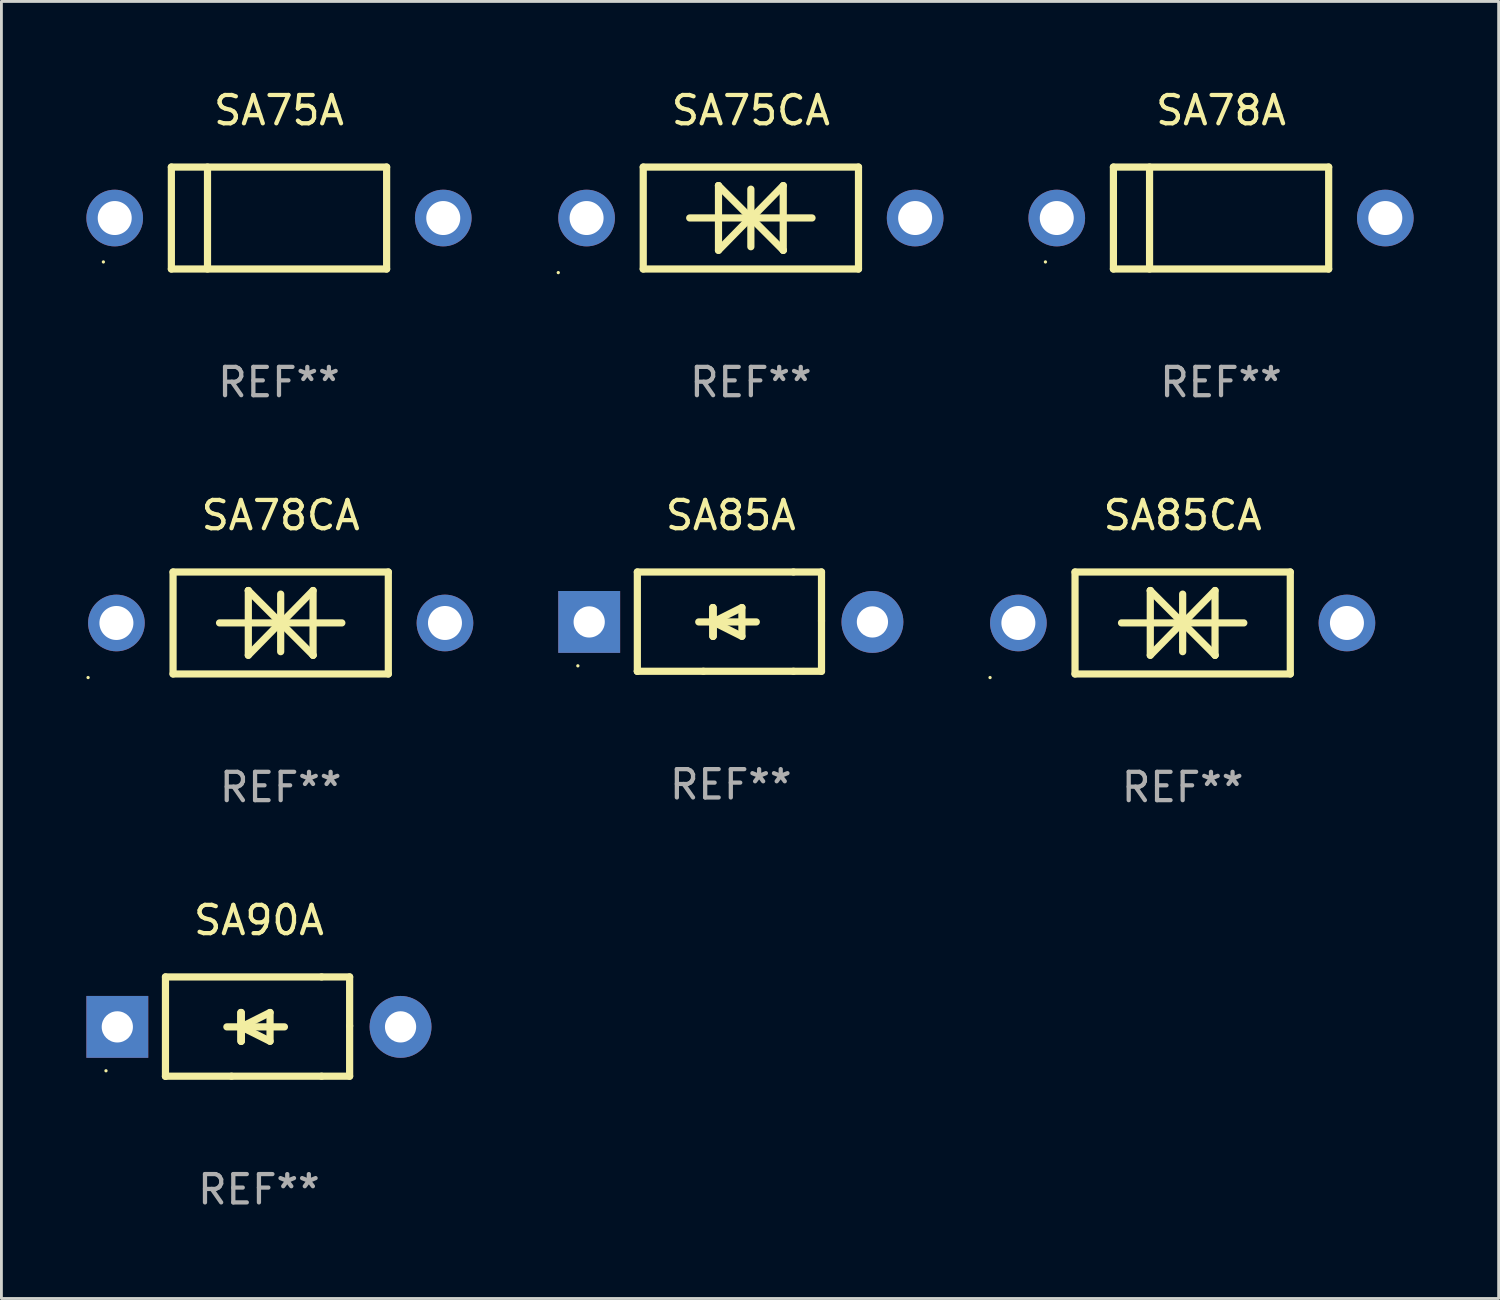
<source format=kicad_pcb>
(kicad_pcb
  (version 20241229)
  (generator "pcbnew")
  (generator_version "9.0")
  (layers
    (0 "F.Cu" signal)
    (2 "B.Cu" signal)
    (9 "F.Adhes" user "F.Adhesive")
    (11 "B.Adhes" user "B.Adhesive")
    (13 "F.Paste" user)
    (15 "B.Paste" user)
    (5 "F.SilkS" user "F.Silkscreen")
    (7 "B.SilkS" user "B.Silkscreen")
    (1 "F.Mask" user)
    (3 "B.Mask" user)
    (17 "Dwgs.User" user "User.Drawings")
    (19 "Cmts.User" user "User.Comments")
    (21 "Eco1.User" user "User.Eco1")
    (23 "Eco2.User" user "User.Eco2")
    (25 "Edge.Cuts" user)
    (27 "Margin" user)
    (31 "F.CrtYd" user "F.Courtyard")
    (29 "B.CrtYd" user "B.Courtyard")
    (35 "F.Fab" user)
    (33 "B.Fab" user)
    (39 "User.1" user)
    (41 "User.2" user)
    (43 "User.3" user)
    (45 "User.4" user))
  (footprint "SA78CA"
    (layer "F.Cu")
    (at 6.86 18.945)
    (property "Reference" "SA78CA" (at 0 -3.8 0) (layer "F.SilkS") (effects (font (size 1 1) (thickness 0.15))))
    (attr through_hole)
    (fp_line (start -3.8 -1.8) (end -3.8 1.8) (stroke (width 0.254) (type solid)) (layer "F.SilkS"))
    (fp_line (start -3.8 -1.8) (end 3.8 -1.8) (stroke (width 0.254) (type solid)) (layer "F.SilkS"))
    (fp_line (start -3.8 1.8) (end 3.8 1.8) (stroke (width 0.254) (type solid)) (layer "F.SilkS"))
    (fp_line (start -2.159 -0.003) (end 2.159 -0.003) (stroke (width 0.254) (type solid)) (layer "F.SilkS"))
    (fp_line (start -1.143 -1.146) (end -1.143 1.14) (stroke (width 0.254) (type solid)) (layer "F.SilkS"))
    (fp_line (start -1.143 -1.143) (end -1.143 -1.146) (stroke (width 0.254) (type solid)) (layer "F.SilkS"))
    (fp_line (start 0 -1.019) (end 0 1.013) (stroke (width 0.254) (type solid)) (layer "F.SilkS"))
    (fp_line (start 0 -0.026) (end -1.143 1.14) (stroke (width 0.254) (type solid)) (layer "F.SilkS"))
    (fp_line (start 0 -0.006) (end 1.143 1.137) (stroke (width 0.254) (type solid)) (layer "F.SilkS"))
    (fp_line (start 0 0) (end -1.143 -1.143) (stroke (width 0.254) (type solid)) (layer "F.SilkS"))
    (fp_line (start 0 0.02) (end 1.143 -1.146) (stroke (width 0.254) (type solid)) (layer "F.SilkS"))
    (fp_line (start 1.143 1.137) (end 1.143 1.14) (stroke (width 0.254) (type solid)) (layer "F.SilkS"))
    (fp_line (start 1.143 1.14) (end 1.143 -1.146) (stroke (width 0.254) (type solid)) (layer "F.SilkS"))
    (fp_line (start 3.8 -1.8) (end 3.8 1.8) (stroke (width 0.254) (type solid)) (layer "F.SilkS"))
    (fp_circle (center -6.8 1.927) (end -6.77 1.927) (stroke (width 0.06) (type solid)) (fill no) (layer "F.SilkS"))
    (fp_text user "REF**" (at 0 5.8 0) (layer "F.Fab") (effects (font (size 1 1) (thickness 0.15))))
    (pad "1" thru_hole circle (at -5.8 0) (size 2 2) (drill 1.2) (layers "*.Cu" "*.Mask"))
    (pad "2" thru_hole circle (at 5.8 0) (size 2 2) (drill 1.2) (layers "*.Cu" "*.Mask")))
  (footprint "SA90A"
    (layer "F.Cu")
    (at 6.092 33.194)
    (property "Reference" "SA90A" (at 0 -3.753 0) (layer "F.SilkS") (effects (font (size 1 1) (thickness 0.15))))
    (attr through_hole)
    (fp_line (start -3.3 -1.753) (end 2.212 -1.753) (stroke (width 0.254) (type solid)) (layer "F.SilkS"))
    (fp_line (start -3.3 1.753) (end -3.3 -1.753) (stroke (width 0.254) (type solid)) (layer "F.SilkS"))
    (fp_line (start -3.3 1.753) (end -3.3 1.753) (stroke (width 0.254) (type solid)) (layer "F.SilkS"))
    (fp_line (start -0.968 1.753) (end -3.3 1.753) (stroke (width 0.254) (type solid)) (layer "F.SilkS"))
    (fp_line (start -0.636 -0.497) (end -0.636 0.519) (stroke (width 0.254) (type solid)) (layer "F.SilkS"))
    (fp_line (start -0.636 0.011) (end -0.636 -0.497) (stroke (width 0.254) (type solid)) (layer "F.SilkS"))
    (fp_line (start -0.624 0.011) (end -0.624 0.519) (stroke (width 0.254) (type solid)) (layer "F.SilkS"))
    (fp_line (start -0.624 0.011) (end 0.392 0.519) (stroke (width 0.254) (type solid)) (layer "F.SilkS"))
    (fp_line (start -0.624 0.519) (end -0.624 -0.497) (stroke (width 0.254) (type solid)) (layer "F.SilkS"))
    (fp_line (start 0.392 -0.497) (end -0.624 0.011) (stroke (width 0.254) (type solid)) (layer "F.SilkS"))
    (fp_line (start 0.392 0.519) (end 0.392 -0.497) (stroke (width 0.254) (type solid)) (layer "F.SilkS"))
    (fp_line (start 0.9 0.011) (end -1.132 0.011) (stroke (width 0.254) (type solid)) (layer "F.SilkS"))
    (fp_line (start 2.212 -1.753) (end 3.202 -1.753) (stroke (width 0.254) (type solid)) (layer "F.SilkS"))
    (fp_line (start 2.212 1.753) (end -0.968 1.753) (stroke (width 0.254) (type solid)) (layer "F.SilkS"))
    (fp_line (start 3.202 -1.753) (end 3.202 -0.025) (stroke (width 0.254) (type solid)) (layer "F.SilkS"))
    (fp_line (start 3.202 -0.025) (end 3.202 1.753) (stroke (width 0.254) (type solid)) (layer "F.SilkS"))
    (fp_line (start 3.202 1.753) (end 2.212 1.753) (stroke (width 0.254) (type solid)) (layer "F.SilkS"))
    (fp_circle (center -5.4 1.561) (end -5.37 1.561) (stroke (width 0.06) (type solid)) (fill no) (layer "F.SilkS"))
    (fp_text user "REF**" (at 0 5.753 0) (layer "F.Fab") (effects (font (size 1 1) (thickness 0.15))))
    (pad "1" thru_hole rect (at -5 0.011 180) (size 2.184 2.184) (drill 1.102) (layers "*.Cu" "*.Mask"))
    (pad "2" thru_hole circle (at 5 0.011) (size 2.184 2.184) (drill 1.102) (layers "*.Cu" "*.Mask")))
  (footprint "SA75CA"
    (layer "F.Cu")
    (at 23.46 4.648)
    (property "Reference" "SA75CA" (at 0 -3.8 0) (layer "F.SilkS") (effects (font (size 1 1) (thickness 0.15))))
    (attr through_hole)
    (fp_line (start -3.8 -1.8) (end -3.8 1.8) (stroke (width 0.254) (type solid)) (layer "F.SilkS"))
    (fp_line (start -3.8 -1.8) (end 3.8 -1.8) (stroke (width 0.254) (type solid)) (layer "F.SilkS"))
    (fp_line (start -3.8 1.8) (end 3.8 1.8) (stroke (width 0.254) (type solid)) (layer "F.SilkS"))
    (fp_line (start -2.159 -0.003) (end 2.159 -0.003) (stroke (width 0.254) (type solid)) (layer "F.SilkS"))
    (fp_line (start -1.143 -1.146) (end -1.143 1.14) (stroke (width 0.254) (type solid)) (layer "F.SilkS"))
    (fp_line (start -1.143 -1.143) (end -1.143 -1.146) (stroke (width 0.254) (type solid)) (layer "F.SilkS"))
    (fp_line (start 0 -1.019) (end 0 1.013) (stroke (width 0.254) (type solid)) (layer "F.SilkS"))
    (fp_line (start 0 -0.026) (end -1.143 1.14) (stroke (width 0.254) (type solid)) (layer "F.SilkS"))
    (fp_line (start 0 -0.006) (end 1.143 1.137) (stroke (width 0.254) (type solid)) (layer "F.SilkS"))
    (fp_line (start 0 0) (end -1.143 -1.143) (stroke (width 0.254) (type solid)) (layer "F.SilkS"))
    (fp_line (start 0 0.02) (end 1.143 -1.146) (stroke (width 0.254) (type solid)) (layer "F.SilkS"))
    (fp_line (start 1.143 1.137) (end 1.143 1.14) (stroke (width 0.254) (type solid)) (layer "F.SilkS"))
    (fp_line (start 1.143 1.14) (end 1.143 -1.146) (stroke (width 0.254) (type solid)) (layer "F.SilkS"))
    (fp_line (start 3.8 -1.8) (end 3.8 1.8) (stroke (width 0.254) (type solid)) (layer "F.SilkS"))
    (fp_circle (center -6.8 1.927) (end -6.77 1.927) (stroke (width 0.06) (type solid)) (fill no) (layer "F.SilkS"))
    (fp_text user "REF**" (at 0 5.8 0) (layer "F.Fab") (effects (font (size 1 1) (thickness 0.15))))
    (pad "1" thru_hole circle (at -5.8 0) (size 2 2) (drill 1.2) (layers "*.Cu" "*.Mask"))
    (pad "2" thru_hole circle (at 5.8 0) (size 2 2) (drill 1.2) (layers "*.Cu" "*.Mask")))
  (footprint "SA85CA"
    (layer "F.Cu")
    (at 38.705 18.945)
    (property "Reference" "SA85CA" (at 0 -3.8 0) (layer "F.SilkS") (effects (font (size 1 1) (thickness 0.15))))
    (attr through_hole)
    (fp_line (start -3.8 -1.8) (end -3.8 1.8) (stroke (width 0.254) (type solid)) (layer "F.SilkS"))
    (fp_line (start -3.8 -1.8) (end 3.8 -1.8) (stroke (width 0.254) (type solid)) (layer "F.SilkS"))
    (fp_line (start -3.8 1.8) (end 3.8 1.8) (stroke (width 0.254) (type solid)) (layer "F.SilkS"))
    (fp_line (start -2.159 -0.003) (end 2.159 -0.003) (stroke (width 0.254) (type solid)) (layer "F.SilkS"))
    (fp_line (start -1.143 -1.146) (end -1.143 1.14) (stroke (width 0.254) (type solid)) (layer "F.SilkS"))
    (fp_line (start -1.143 -1.143) (end -1.143 -1.146) (stroke (width 0.254) (type solid)) (layer "F.SilkS"))
    (fp_line (start 0 -1.019) (end 0 1.013) (stroke (width 0.254) (type solid)) (layer "F.SilkS"))
    (fp_line (start 0 -0.026) (end -1.143 1.14) (stroke (width 0.254) (type solid)) (layer "F.SilkS"))
    (fp_line (start 0 -0.006) (end 1.143 1.137) (stroke (width 0.254) (type solid)) (layer "F.SilkS"))
    (fp_line (start 0 0) (end -1.143 -1.143) (stroke (width 0.254) (type solid)) (layer "F.SilkS"))
    (fp_line (start 0 0.02) (end 1.143 -1.146) (stroke (width 0.254) (type solid)) (layer "F.SilkS"))
    (fp_line (start 1.143 1.137) (end 1.143 1.14) (stroke (width 0.254) (type solid)) (layer "F.SilkS"))
    (fp_line (start 1.143 1.14) (end 1.143 -1.146) (stroke (width 0.254) (type solid)) (layer "F.SilkS"))
    (fp_line (start 3.8 -1.8) (end 3.8 1.8) (stroke (width 0.254) (type solid)) (layer "F.SilkS"))
    (fp_circle (center -6.8 1.927) (end -6.77 1.927) (stroke (width 0.06) (type solid)) (fill no) (layer "F.SilkS"))
    (fp_text user "REF**" (at 0 5.8 0) (layer "F.Fab") (effects (font (size 1 1) (thickness 0.15))))
    (pad "1" thru_hole circle (at -5.8 0) (size 2 2) (drill 1.2) (layers "*.Cu" "*.Mask"))
    (pad "2" thru_hole circle (at 5.8 0) (size 2 2) (drill 1.2) (layers "*.Cu" "*.Mask")))
  (footprint "SA75A"
    (layer "F.Cu")
    (at 6.8 4.648)
    (property "Reference" "SA75A" (at 0 -3.8 0) (layer "F.SilkS") (effects (font (size 1 1) (thickness 0.15))))
    (attr through_hole)
    (fp_line (start -3.8 -1.8) (end -3.8 1.8) (stroke (width 0.254) (type solid)) (layer "F.SilkS"))
    (fp_line (start -3.8 -1.8) (end 3.8 -1.8) (stroke (width 0.254) (type solid)) (layer "F.SilkS"))
    (fp_line (start -3.8 1.8) (end 3.8 1.8) (stroke (width 0.254) (type solid)) (layer "F.SilkS"))
    (fp_line (start -2.524 -1.8) (end -2.524 1.8) (stroke (width 0.254) (type solid)) (layer "F.SilkS"))
    (fp_line (start 3.8 -1.8) (end 3.8 1.8) (stroke (width 0.254) (type solid)) (layer "F.SilkS"))
    (fp_circle (center -6.2 1.55) (end -6.17 1.55) (stroke (width 0.06) (type solid)) (fill no) (layer "F.SilkS"))
    (fp_text user "REF**" (at 0 5.8 0) (layer "F.Fab") (effects (font (size 1 1) (thickness 0.15))))
    (pad "1" thru_hole circle (at -5.8 0) (size 2 2) (drill 1.2) (layers "*.Cu" "*.Mask"))
    (pad "2" thru_hole circle (at 5.8 0) (size 2 2) (drill 1.2) (layers "*.Cu" "*.Mask")))
  (footprint "SA85A"
    (layer "F.Cu")
    (at 22.752 18.897)
    (property "Reference" "SA85A" (at 0 -3.753 0) (layer "F.SilkS") (effects (font (size 1 1) (thickness 0.15))))
    (attr through_hole)
    (fp_line (start -3.3 -1.753) (end 2.212 -1.753) (stroke (width 0.254) (type solid)) (layer "F.SilkS"))
    (fp_line (start -3.3 1.753) (end -3.3 -1.753) (stroke (width 0.254) (type solid)) (layer "F.SilkS"))
    (fp_line (start -3.3 1.753) (end -3.3 1.753) (stroke (width 0.254) (type solid)) (layer "F.SilkS"))
    (fp_line (start -0.968 1.753) (end -3.3 1.753) (stroke (width 0.254) (type solid)) (layer "F.SilkS"))
    (fp_line (start -0.636 -0.497) (end -0.636 0.519) (stroke (width 0.254) (type solid)) (layer "F.SilkS"))
    (fp_line (start -0.636 0.011) (end -0.636 -0.497) (stroke (width 0.254) (type solid)) (layer "F.SilkS"))
    (fp_line (start -0.624 0.011) (end -0.624 0.519) (stroke (width 0.254) (type solid)) (layer "F.SilkS"))
    (fp_line (start -0.624 0.011) (end 0.392 0.519) (stroke (width 0.254) (type solid)) (layer "F.SilkS"))
    (fp_line (start -0.624 0.519) (end -0.624 -0.497) (stroke (width 0.254) (type solid)) (layer "F.SilkS"))
    (fp_line (start 0.392 -0.497) (end -0.624 0.011) (stroke (width 0.254) (type solid)) (layer "F.SilkS"))
    (fp_line (start 0.392 0.519) (end 0.392 -0.497) (stroke (width 0.254) (type solid)) (layer "F.SilkS"))
    (fp_line (start 0.9 0.011) (end -1.132 0.011) (stroke (width 0.254) (type solid)) (layer "F.SilkS"))
    (fp_line (start 2.212 -1.753) (end 3.202 -1.753) (stroke (width 0.254) (type solid)) (layer "F.SilkS"))
    (fp_line (start 2.212 1.753) (end -0.968 1.753) (stroke (width 0.254) (type solid)) (layer "F.SilkS"))
    (fp_line (start 3.202 -1.753) (end 3.202 -0.025) (stroke (width 0.254) (type solid)) (layer "F.SilkS"))
    (fp_line (start 3.202 -0.025) (end 3.202 1.753) (stroke (width 0.254) (type solid)) (layer "F.SilkS"))
    (fp_line (start 3.202 1.753) (end 2.212 1.753) (stroke (width 0.254) (type solid)) (layer "F.SilkS"))
    (fp_circle (center -5.4 1.561) (end -5.37 1.561) (stroke (width 0.06) (type solid)) (fill no) (layer "F.SilkS"))
    (fp_text user "REF**" (at 0 5.753 0) (layer "F.Fab") (effects (font (size 1 1) (thickness 0.15))))
    (pad "1" thru_hole rect (at -5 0.011 180) (size 2.184 2.184) (drill 1.102) (layers "*.Cu" "*.Mask"))
    (pad "2" thru_hole circle (at 5 0.011) (size 2.184 2.184) (drill 1.102) (layers "*.Cu" "*.Mask")))
  (footprint "SA78A"
    (layer "F.Cu")
    (at 40.06 4.648)
    (property "Reference" "SA78A" (at 0 -3.8 0) (layer "F.SilkS") (effects (font (size 1 1) (thickness 0.15))))
    (attr through_hole)
    (fp_line (start -3.8 -1.8) (end -3.8 1.8) (stroke (width 0.254) (type solid)) (layer "F.SilkS"))
    (fp_line (start -3.8 -1.8) (end 3.8 -1.8) (stroke (width 0.254) (type solid)) (layer "F.SilkS"))
    (fp_line (start -3.8 1.8) (end 3.8 1.8) (stroke (width 0.254) (type solid)) (layer "F.SilkS"))
    (fp_line (start -2.524 -1.8) (end -2.524 1.8) (stroke (width 0.254) (type solid)) (layer "F.SilkS"))
    (fp_line (start 3.8 -1.8) (end 3.8 1.8) (stroke (width 0.254) (type solid)) (layer "F.SilkS"))
    (fp_circle (center -6.2 1.55) (end -6.17 1.55) (stroke (width 0.06) (type solid)) (fill no) (layer "F.SilkS"))
    (fp_text user "REF**" (at 0 5.8 0) (layer "F.Fab") (effects (font (size 1 1) (thickness 0.15))))
    (pad "1" thru_hole circle (at -5.8 0) (size 2 2) (drill 1.2) (layers "*.Cu" "*.Mask"))
    (pad "2" thru_hole circle (at 5.8 0) (size 2 2) (drill 1.2) (layers "*.Cu" "*.Mask")))
  (gr_rect
    (start -3 -3)
    (end 49.861 42.795)
    (stroke (width 0.1) (type default))
    (fill no)
    (layer "Edge.Cuts")))
</source>
